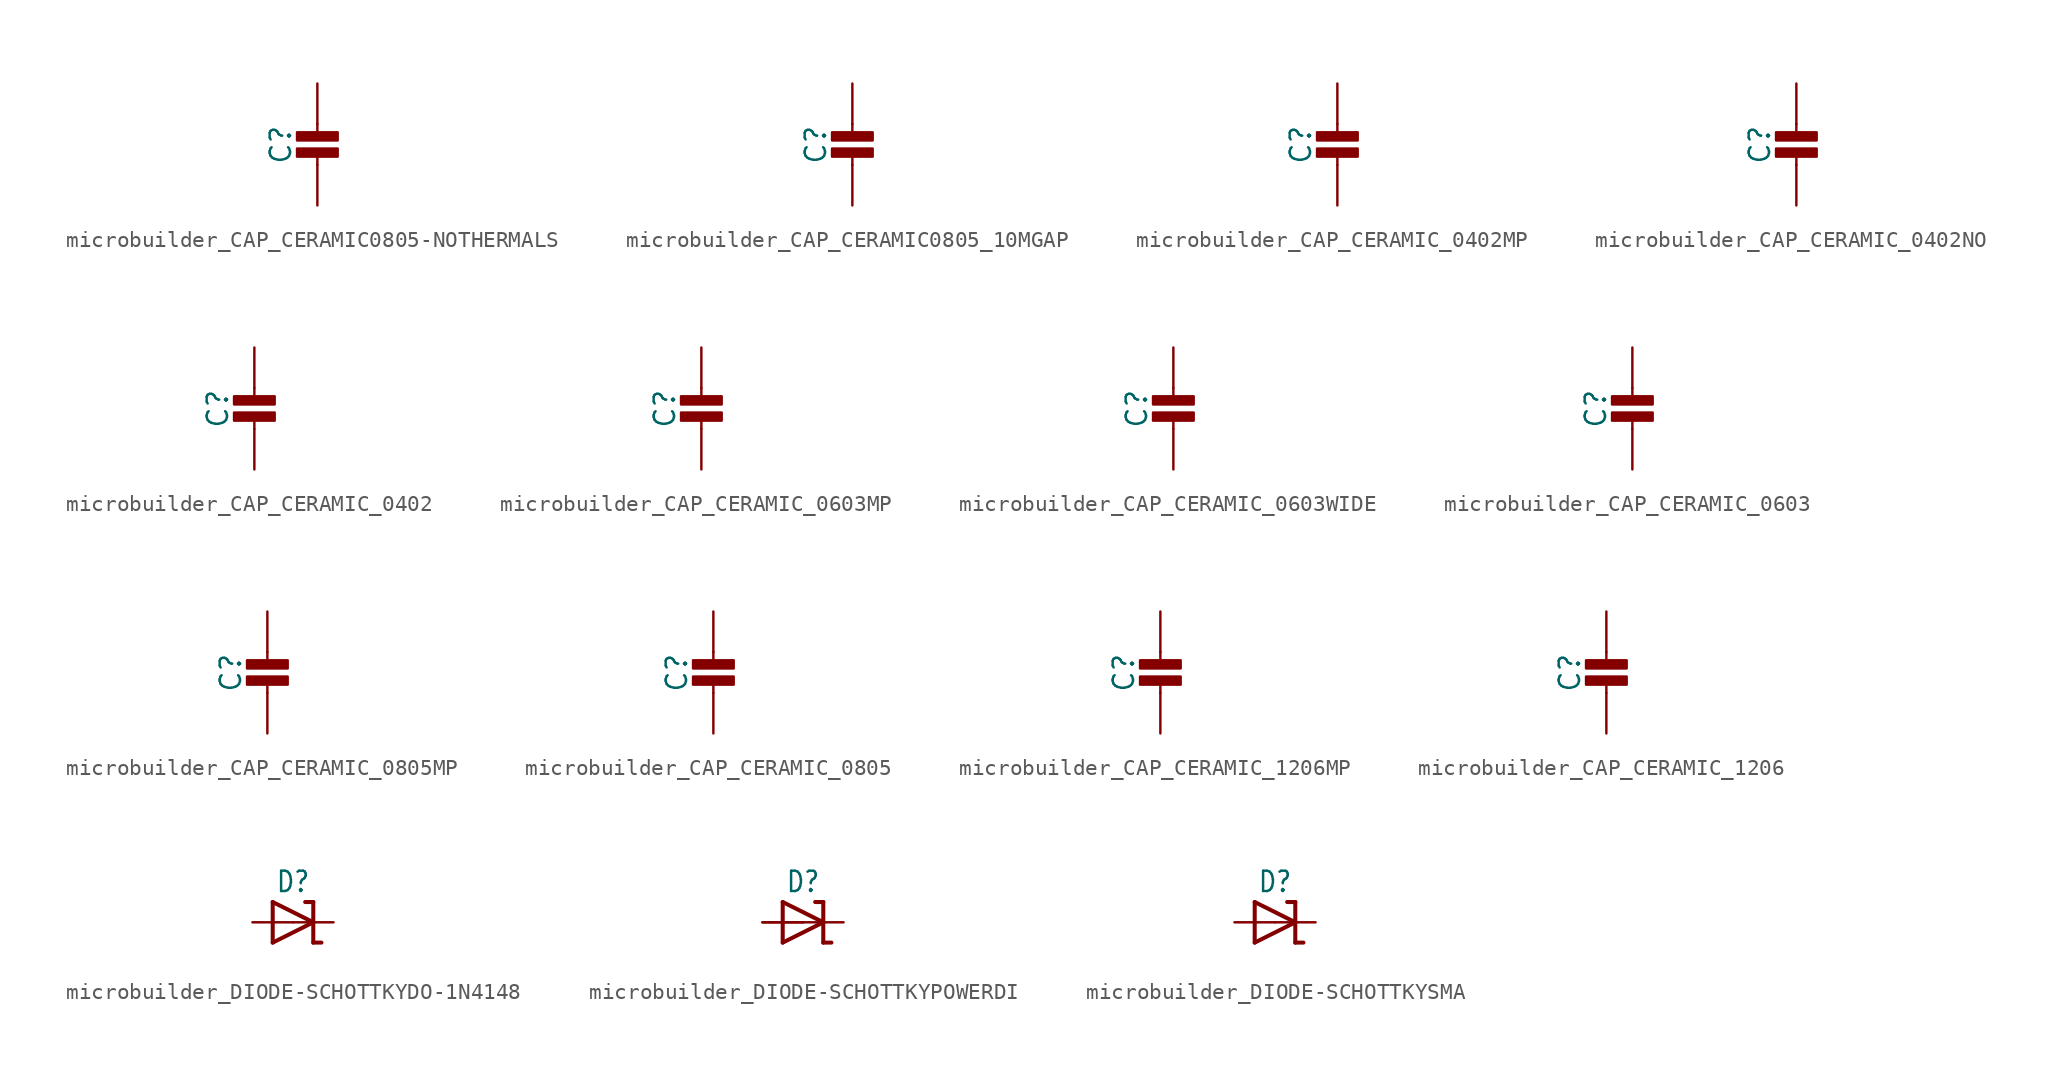
<source format=kicad_sym>
(kicad_symbol_lib
  (version 20241209)
  (generator "kicad_symbol_editor")
  (generator_version "9.0")
  (symbol "microbuilder_CAP_CERAMIC0805-NOTHERMALS"
    (property "Reference" "C"
      (at -2.29 1.25 90)
      (effects (font (size 1.27 1.27))))
    (property "Value" ""
      (at 2.3 1.25 90)
      (effects (font (size 1.27 1.27))))
    (property "ki_locked" ""
      (at 0 0 0)
      (effects (font (size 1.27 1.27))))
    (symbol "microbuilder_CAP_CERAMIC0805-NOTHERMALS_1_0"
      (rectangle (start -1.27 1.524) (end 1.27 2.032) (stroke (width 0) (type default)) (fill (type outline)))
      (rectangle (start -1.27 0.508) (end 1.27 1.016) (stroke (width 0) (type default)) (fill (type outline)))
      (polyline (pts (xy 0 2.54) (xy 0 1.778)) (stroke (width 0.152) (type solid)) (fill (type none)))
      (polyline (pts (xy 0 0.762) (xy 0 0)) (stroke (width 0.152) (type solid)) (fill (type none)))
      (pin passive line (at 0 5.08 270) (length 2.54) (name "1" (effects (font (size 0 0)))) (number "1" (effects (font (size 0 0)))))
      (pin passive line (at 0 -2.54 90) (length 2.54) (name "2" (effects (font (size 0 0)))) (number "2" (effects (font (size 0 0)))))))
  (symbol "microbuilder_CAP_CERAMIC0805_10MGAP"
    (property "Reference" "C"
      (at -2.29 1.25 90)
      (effects (font (size 1.27 1.27))))
    (property "Value" ""
      (at 2.3 1.25 90)
      (effects (font (size 1.27 1.27))))
    (property "ki_locked" ""
      (at 0 0 0)
      (effects (font (size 1.27 1.27))))
    (symbol "microbuilder_CAP_CERAMIC0805_10MGAP_1_0"
      (rectangle (start -1.27 1.524) (end 1.27 2.032) (stroke (width 0) (type default)) (fill (type outline)))
      (rectangle (start -1.27 0.508) (end 1.27 1.016) (stroke (width 0) (type default)) (fill (type outline)))
      (polyline (pts (xy 0 2.54) (xy 0 1.778)) (stroke (width 0.152) (type solid)) (fill (type none)))
      (polyline (pts (xy 0 0.762) (xy 0 0)) (stroke (width 0.152) (type solid)) (fill (type none)))
      (pin passive line (at 0 5.08 270) (length 2.54) (name "1" (effects (font (size 0 0)))) (number "1" (effects (font (size 0 0)))))
      (pin passive line (at 0 -2.54 90) (length 2.54) (name "2" (effects (font (size 0 0)))) (number "2" (effects (font (size 0 0)))))))
  (symbol "microbuilder_CAP_CERAMIC_0402MP"
    (property "Reference" "C"
      (at -2.29 1.25 90)
      (effects (font (size 1.27 1.27))))
    (property "Value" ""
      (at 2.3 1.25 90)
      (effects (font (size 1.27 1.27))))
    (property "ki_locked" ""
      (at 0 0 0)
      (effects (font (size 1.27 1.27))))
    (symbol "microbuilder_CAP_CERAMIC_0402MP_1_0"
      (rectangle (start -1.27 1.524) (end 1.27 2.032) (stroke (width 0) (type default)) (fill (type outline)))
      (rectangle (start -1.27 0.508) (end 1.27 1.016) (stroke (width 0) (type default)) (fill (type outline)))
      (polyline (pts (xy 0 2.54) (xy 0 1.778)) (stroke (width 0.152) (type solid)) (fill (type none)))
      (polyline (pts (xy 0 0.762) (xy 0 0)) (stroke (width 0.152) (type solid)) (fill (type none)))
      (pin passive line (at 0 5.08 270) (length 2.54) (name "1" (effects (font (size 0 0)))) (number "1" (effects (font (size 0 0)))))
      (pin passive line (at 0 -2.54 90) (length 2.54) (name "2" (effects (font (size 0 0)))) (number "2" (effects (font (size 0 0)))))))
  (symbol "microbuilder_CAP_CERAMIC_0402NO"
    (property "Reference" "C"
      (at -2.29 1.25 90)
      (effects (font (size 1.27 1.27))))
    (property "Value" ""
      (at 2.3 1.25 90)
      (effects (font (size 1.27 1.27))))
    (property "ki_locked" ""
      (at 0 0 0)
      (effects (font (size 1.27 1.27))))
    (symbol "microbuilder_CAP_CERAMIC_0402NO_1_0"
      (rectangle (start -1.27 1.524) (end 1.27 2.032) (stroke (width 0) (type default)) (fill (type outline)))
      (rectangle (start -1.27 0.508) (end 1.27 1.016) (stroke (width 0) (type default)) (fill (type outline)))
      (polyline (pts (xy 0 2.54) (xy 0 1.778)) (stroke (width 0.152) (type solid)) (fill (type none)))
      (polyline (pts (xy 0 0.762) (xy 0 0)) (stroke (width 0.152) (type solid)) (fill (type none)))
      (pin passive line (at 0 5.08 270) (length 2.54) (name "1" (effects (font (size 0 0)))) (number "1" (effects (font (size 0 0)))))
      (pin passive line (at 0 -2.54 90) (length 2.54) (name "2" (effects (font (size 0 0)))) (number "2" (effects (font (size 0 0)))))))
  (symbol "microbuilder_CAP_CERAMIC_0402"
    (property "Reference" "C"
      (at -2.29 1.25 90)
      (effects (font (size 1.27 1.27))))
    (property "Value" ""
      (at 2.3 1.25 90)
      (effects (font (size 1.27 1.27))))
    (property "ki_locked" ""
      (at 0 0 0)
      (effects (font (size 1.27 1.27))))
    (symbol "microbuilder_CAP_CERAMIC_0402_1_0"
      (rectangle (start -1.27 1.524) (end 1.27 2.032) (stroke (width 0) (type default)) (fill (type outline)))
      (rectangle (start -1.27 0.508) (end 1.27 1.016) (stroke (width 0) (type default)) (fill (type outline)))
      (polyline (pts (xy 0 2.54) (xy 0 1.778)) (stroke (width 0.152) (type solid)) (fill (type none)))
      (polyline (pts (xy 0 0.762) (xy 0 0)) (stroke (width 0.152) (type solid)) (fill (type none)))
      (pin passive line (at 0 5.08 270) (length 2.54) (name "1" (effects (font (size 0 0)))) (number "1" (effects (font (size 0 0)))))
      (pin passive line (at 0 -2.54 90) (length 2.54) (name "2" (effects (font (size 0 0)))) (number "2" (effects (font (size 0 0)))))))
  (symbol "microbuilder_CAP_CERAMIC_0603MP"
    (property "Reference" "C"
      (at -2.29 1.25 90)
      (effects (font (size 1.27 1.27))))
    (property "Value" ""
      (at 2.3 1.25 90)
      (effects (font (size 1.27 1.27))))
    (property "ki_locked" ""
      (at 0 0 0)
      (effects (font (size 1.27 1.27))))
    (symbol "microbuilder_CAP_CERAMIC_0603MP_1_0"
      (rectangle (start -1.27 1.524) (end 1.27 2.032) (stroke (width 0) (type default)) (fill (type outline)))
      (rectangle (start -1.27 0.508) (end 1.27 1.016) (stroke (width 0) (type default)) (fill (type outline)))
      (polyline (pts (xy 0 2.54) (xy 0 1.778)) (stroke (width 0.152) (type solid)) (fill (type none)))
      (polyline (pts (xy 0 0.762) (xy 0 0)) (stroke (width 0.152) (type solid)) (fill (type none)))
      (pin passive line (at 0 5.08 270) (length 2.54) (name "1" (effects (font (size 0 0)))) (number "1" (effects (font (size 0 0)))))
      (pin passive line (at 0 -2.54 90) (length 2.54) (name "2" (effects (font (size 0 0)))) (number "2" (effects (font (size 0 0)))))))
  (symbol "microbuilder_CAP_CERAMIC_0603WIDE"
    (property "Reference" "C"
      (at -2.29 1.25 90)
      (effects (font (size 1.27 1.27))))
    (property "Value" ""
      (at 2.3 1.25 90)
      (effects (font (size 1.27 1.27))))
    (property "ki_locked" ""
      (at 0 0 0)
      (effects (font (size 1.27 1.27))))
    (symbol "microbuilder_CAP_CERAMIC_0603WIDE_1_0"
      (rectangle (start -1.27 1.524) (end 1.27 2.032) (stroke (width 0) (type default)) (fill (type outline)))
      (rectangle (start -1.27 0.508) (end 1.27 1.016) (stroke (width 0) (type default)) (fill (type outline)))
      (polyline (pts (xy 0 2.54) (xy 0 1.778)) (stroke (width 0.152) (type solid)) (fill (type none)))
      (polyline (pts (xy 0 0.762) (xy 0 0)) (stroke (width 0.152) (type solid)) (fill (type none)))
      (pin passive line (at 0 5.08 270) (length 2.54) (name "1" (effects (font (size 0 0)))) (number "1" (effects (font (size 0 0)))))
      (pin passive line (at 0 -2.54 90) (length 2.54) (name "2" (effects (font (size 0 0)))) (number "2" (effects (font (size 0 0)))))))
  (symbol "microbuilder_CAP_CERAMIC_0603"
    (property "Reference" "C"
      (at -2.29 1.25 90)
      (effects (font (size 1.27 1.27))))
    (property "Value" ""
      (at 2.3 1.25 90)
      (effects (font (size 1.27 1.27))))
    (property "ki_locked" ""
      (at 0 0 0)
      (effects (font (size 1.27 1.27))))
    (symbol "microbuilder_CAP_CERAMIC_0603_1_0"
      (rectangle (start -1.27 1.524) (end 1.27 2.032) (stroke (width 0) (type default)) (fill (type outline)))
      (rectangle (start -1.27 0.508) (end 1.27 1.016) (stroke (width 0) (type default)) (fill (type outline)))
      (polyline (pts (xy 0 2.54) (xy 0 1.778)) (stroke (width 0.152) (type solid)) (fill (type none)))
      (polyline (pts (xy 0 0.762) (xy 0 0)) (stroke (width 0.152) (type solid)) (fill (type none)))
      (pin passive line (at 0 5.08 270) (length 2.54) (name "1" (effects (font (size 0 0)))) (number "1" (effects (font (size 0 0)))))
      (pin passive line (at 0 -2.54 90) (length 2.54) (name "2" (effects (font (size 0 0)))) (number "2" (effects (font (size 0 0)))))))
  (symbol "microbuilder_CAP_CERAMIC_0805MP"
    (property "Reference" "C"
      (at -2.29 1.25 90)
      (effects (font (size 1.27 1.27))))
    (property "Value" ""
      (at 2.3 1.25 90)
      (effects (font (size 1.27 1.27))))
    (property "ki_locked" ""
      (at 0 0 0)
      (effects (font (size 1.27 1.27))))
    (symbol "microbuilder_CAP_CERAMIC_0805MP_1_0"
      (rectangle (start -1.27 1.524) (end 1.27 2.032) (stroke (width 0) (type default)) (fill (type outline)))
      (rectangle (start -1.27 0.508) (end 1.27 1.016) (stroke (width 0) (type default)) (fill (type outline)))
      (polyline (pts (xy 0 2.54) (xy 0 1.778)) (stroke (width 0.152) (type solid)) (fill (type none)))
      (polyline (pts (xy 0 0.762) (xy 0 0)) (stroke (width 0.152) (type solid)) (fill (type none)))
      (pin passive line (at 0 5.08 270) (length 2.54) (name "1" (effects (font (size 0 0)))) (number "1" (effects (font (size 0 0)))))
      (pin passive line (at 0 -2.54 90) (length 2.54) (name "2" (effects (font (size 0 0)))) (number "2" (effects (font (size 0 0)))))))
  (symbol "microbuilder_CAP_CERAMIC_0805"
    (property "Reference" "C"
      (at -2.29 1.25 90)
      (effects (font (size 1.27 1.27))))
    (property "Value" ""
      (at 2.3 1.25 90)
      (effects (font (size 1.27 1.27))))
    (property "ki_locked" ""
      (at 0 0 0)
      (effects (font (size 1.27 1.27))))
    (symbol "microbuilder_CAP_CERAMIC_0805_1_0"
      (rectangle (start -1.27 1.524) (end 1.27 2.032) (stroke (width 0) (type default)) (fill (type outline)))
      (rectangle (start -1.27 0.508) (end 1.27 1.016) (stroke (width 0) (type default)) (fill (type outline)))
      (polyline (pts (xy 0 2.54) (xy 0 1.778)) (stroke (width 0.152) (type solid)) (fill (type none)))
      (polyline (pts (xy 0 0.762) (xy 0 0)) (stroke (width 0.152) (type solid)) (fill (type none)))
      (pin passive line (at 0 5.08 270) (length 2.54) (name "1" (effects (font (size 0 0)))) (number "1" (effects (font (size 0 0)))))
      (pin passive line (at 0 -2.54 90) (length 2.54) (name "2" (effects (font (size 0 0)))) (number "2" (effects (font (size 0 0)))))))
  (symbol "microbuilder_CAP_CERAMIC_1206MP"
    (property "Reference" "C"
      (at -2.29 1.25 90)
      (effects (font (size 1.27 1.27))))
    (property "Value" ""
      (at 2.3 1.25 90)
      (effects (font (size 1.27 1.27))))
    (property "ki_locked" ""
      (at 0 0 0)
      (effects (font (size 1.27 1.27))))
    (symbol "microbuilder_CAP_CERAMIC_1206MP_1_0"
      (rectangle (start -1.27 1.524) (end 1.27 2.032) (stroke (width 0) (type default)) (fill (type outline)))
      (rectangle (start -1.27 0.508) (end 1.27 1.016) (stroke (width 0) (type default)) (fill (type outline)))
      (polyline (pts (xy 0 2.54) (xy 0 1.778)) (stroke (width 0.152) (type solid)) (fill (type none)))
      (polyline (pts (xy 0 0.762) (xy 0 0)) (stroke (width 0.152) (type solid)) (fill (type none)))
      (pin passive line (at 0 5.08 270) (length 2.54) (name "1" (effects (font (size 0 0)))) (number "1" (effects (font (size 0 0)))))
      (pin passive line (at 0 -2.54 90) (length 2.54) (name "2" (effects (font (size 0 0)))) (number "2" (effects (font (size 0 0)))))))
  (symbol "microbuilder_CAP_CERAMIC_1206"
    (property "Reference" "C"
      (at -2.29 1.25 90)
      (effects (font (size 1.27 1.27))))
    (property "Value" ""
      (at 2.3 1.25 90)
      (effects (font (size 1.27 1.27))))
    (property "ki_locked" ""
      (at 0 0 0)
      (effects (font (size 1.27 1.27))))
    (symbol "microbuilder_CAP_CERAMIC_1206_1_0"
      (rectangle (start -1.27 1.524) (end 1.27 2.032) (stroke (width 0) (type default)) (fill (type outline)))
      (rectangle (start -1.27 0.508) (end 1.27 1.016) (stroke (width 0) (type default)) (fill (type outline)))
      (polyline (pts (xy 0 2.54) (xy 0 1.778)) (stroke (width 0.152) (type solid)) (fill (type none)))
      (polyline (pts (xy 0 0.762) (xy 0 0)) (stroke (width 0.152) (type solid)) (fill (type none)))
      (pin passive line (at 0 5.08 270) (length 2.54) (name "1" (effects (font (size 0 0)))) (number "1" (effects (font (size 0 0)))))
      (pin passive line (at 0 -2.54 90) (length 2.54) (name "2" (effects (font (size 0 0)))) (number "2" (effects (font (size 0 0)))))))
  (symbol "microbuilder_DIODE-SCHOTTKYDO-1N4148"
    (property "Reference" "D"
      (at 0 2.54 0)
      (effects (font (size 1.27 1.079))))
    (property "Value" ""
      (at 0 -2.5 0)
      (effects (font (size 1.27 1.079))))
    (property "ki_locked" ""
      (at 0 0 0)
      (effects (font (size 1.27 1.27))))
    (symbol "microbuilder_DIODE-SCHOTTKYDO-1N4148_1_0"
      (polyline (pts (xy -1.27 1.27) (xy -1.27 -1.27)) (stroke (width 0.254) (type solid)) (fill (type none)))
      (polyline (pts (xy -1.27 -1.27) (xy 1.27 0)) (stroke (width 0.254) (type solid)) (fill (type none)))
      (polyline (pts (xy 1.27 1.27) (xy 0.762 1.27)) (stroke (width 0.254) (type solid)) (fill (type none)))
      (polyline (pts (xy 1.27 1.27) (xy 1.27 0)) (stroke (width 0.254) (type solid)) (fill (type none)))
      (polyline (pts (xy 1.27 0) (xy -1.27 1.27)) (stroke (width 0.254) (type solid)) (fill (type none)))
      (polyline (pts (xy 1.27 0) (xy 1.27 -1.27)) (stroke (width 0.254) (type solid)) (fill (type none)))
      (polyline (pts (xy 1.27 -1.27) (xy 1.778 -1.27)) (stroke (width 0.254) (type solid)) (fill (type none)))
      (pin passive line (at -2.54 0 0) (length 2.54) (name "A" (effects (font (size 0 0)))) (number "A" (effects (font (size 0 0)))))
      (pin passive line (at 2.54 0 180) (length 2.54) (name "C" (effects (font (size 0 0)))) (number "C" (effects (font (size 0 0)))))))
  (symbol "microbuilder_DIODE-SCHOTTKYPOWERDI"
    (property "Reference" "D"
      (at 0 2.54 0)
      (effects (font (size 1.27 1.079))))
    (property "Value" ""
      (at 0 -2.5 0)
      (effects (font (size 1.27 1.079))))
    (property "ki_locked" ""
      (at 0 0 0)
      (effects (font (size 1.27 1.27))))
    (symbol "microbuilder_DIODE-SCHOTTKYPOWERDI_1_0"
      (polyline (pts (xy -1.27 1.27) (xy -1.27 -1.27)) (stroke (width 0.254) (type solid)) (fill (type none)))
      (polyline (pts (xy -1.27 -1.27) (xy 1.27 0)) (stroke (width 0.254) (type solid)) (fill (type none)))
      (polyline (pts (xy 1.27 1.27) (xy 0.762 1.27)) (stroke (width 0.254) (type solid)) (fill (type none)))
      (polyline (pts (xy 1.27 1.27) (xy 1.27 0)) (stroke (width 0.254) (type solid)) (fill (type none)))
      (polyline (pts (xy 1.27 0) (xy -1.27 1.27)) (stroke (width 0.254) (type solid)) (fill (type none)))
      (polyline (pts (xy 1.27 0) (xy 1.27 -1.27)) (stroke (width 0.254) (type solid)) (fill (type none)))
      (polyline (pts (xy 1.27 -1.27) (xy 1.778 -1.27)) (stroke (width 0.254) (type solid)) (fill (type none)))
      (pin passive line (at -2.54 0 0) (length 2.54) (name "A" (effects (font (size 0 0)))) (number "A1" (effects (font (size 0 0)))))
      (pin passive line (at -2.54 0 0) (length 2.54) (name "A" (effects (font (size 0 0)))) (number "A2" (effects (font (size 0 0)))))
      (pin passive line (at 2.54 0 180) (length 2.54) (name "C" (effects (font (size 0 0)))) (number "C" (effects (font (size 0 0)))))))
  (symbol "microbuilder_DIODE-SCHOTTKYSMA"
    (property "Reference" "D"
      (at 0 2.54 0)
      (effects (font (size 1.27 1.079))))
    (property "Value" ""
      (at 0 -2.5 0)
      (effects (font (size 1.27 1.079))))
    (property "ki_locked" ""
      (at 0 0 0)
      (effects (font (size 1.27 1.27))))
    (symbol "microbuilder_DIODE-SCHOTTKYSMA_1_0"
      (polyline (pts (xy -1.27 1.27) (xy -1.27 -1.27)) (stroke (width 0.254) (type solid)) (fill (type none)))
      (polyline (pts (xy -1.27 -1.27) (xy 1.27 0)) (stroke (width 0.254) (type solid)) (fill (type none)))
      (polyline (pts (xy 1.27 1.27) (xy 0.762 1.27)) (stroke (width 0.254) (type solid)) (fill (type none)))
      (polyline (pts (xy 1.27 1.27) (xy 1.27 0)) (stroke (width 0.254) (type solid)) (fill (type none)))
      (polyline (pts (xy 1.27 0) (xy -1.27 1.27)) (stroke (width 0.254) (type solid)) (fill (type none)))
      (polyline (pts (xy 1.27 0) (xy 1.27 -1.27)) (stroke (width 0.254) (type solid)) (fill (type none)))
      (polyline (pts (xy 1.27 -1.27) (xy 1.778 -1.27)) (stroke (width 0.254) (type solid)) (fill (type none)))
      (pin passive line (at -2.54 0 0) (length 2.54) (name "A" (effects (font (size 0 0)))) (number "A" (effects (font (size 0 0)))))
      (pin passive line (at 2.54 0 180) (length 2.54) (name "C" (effects (font (size 0 0)))) (number "C" (effects (font (size 0 0))))))))
</source>
